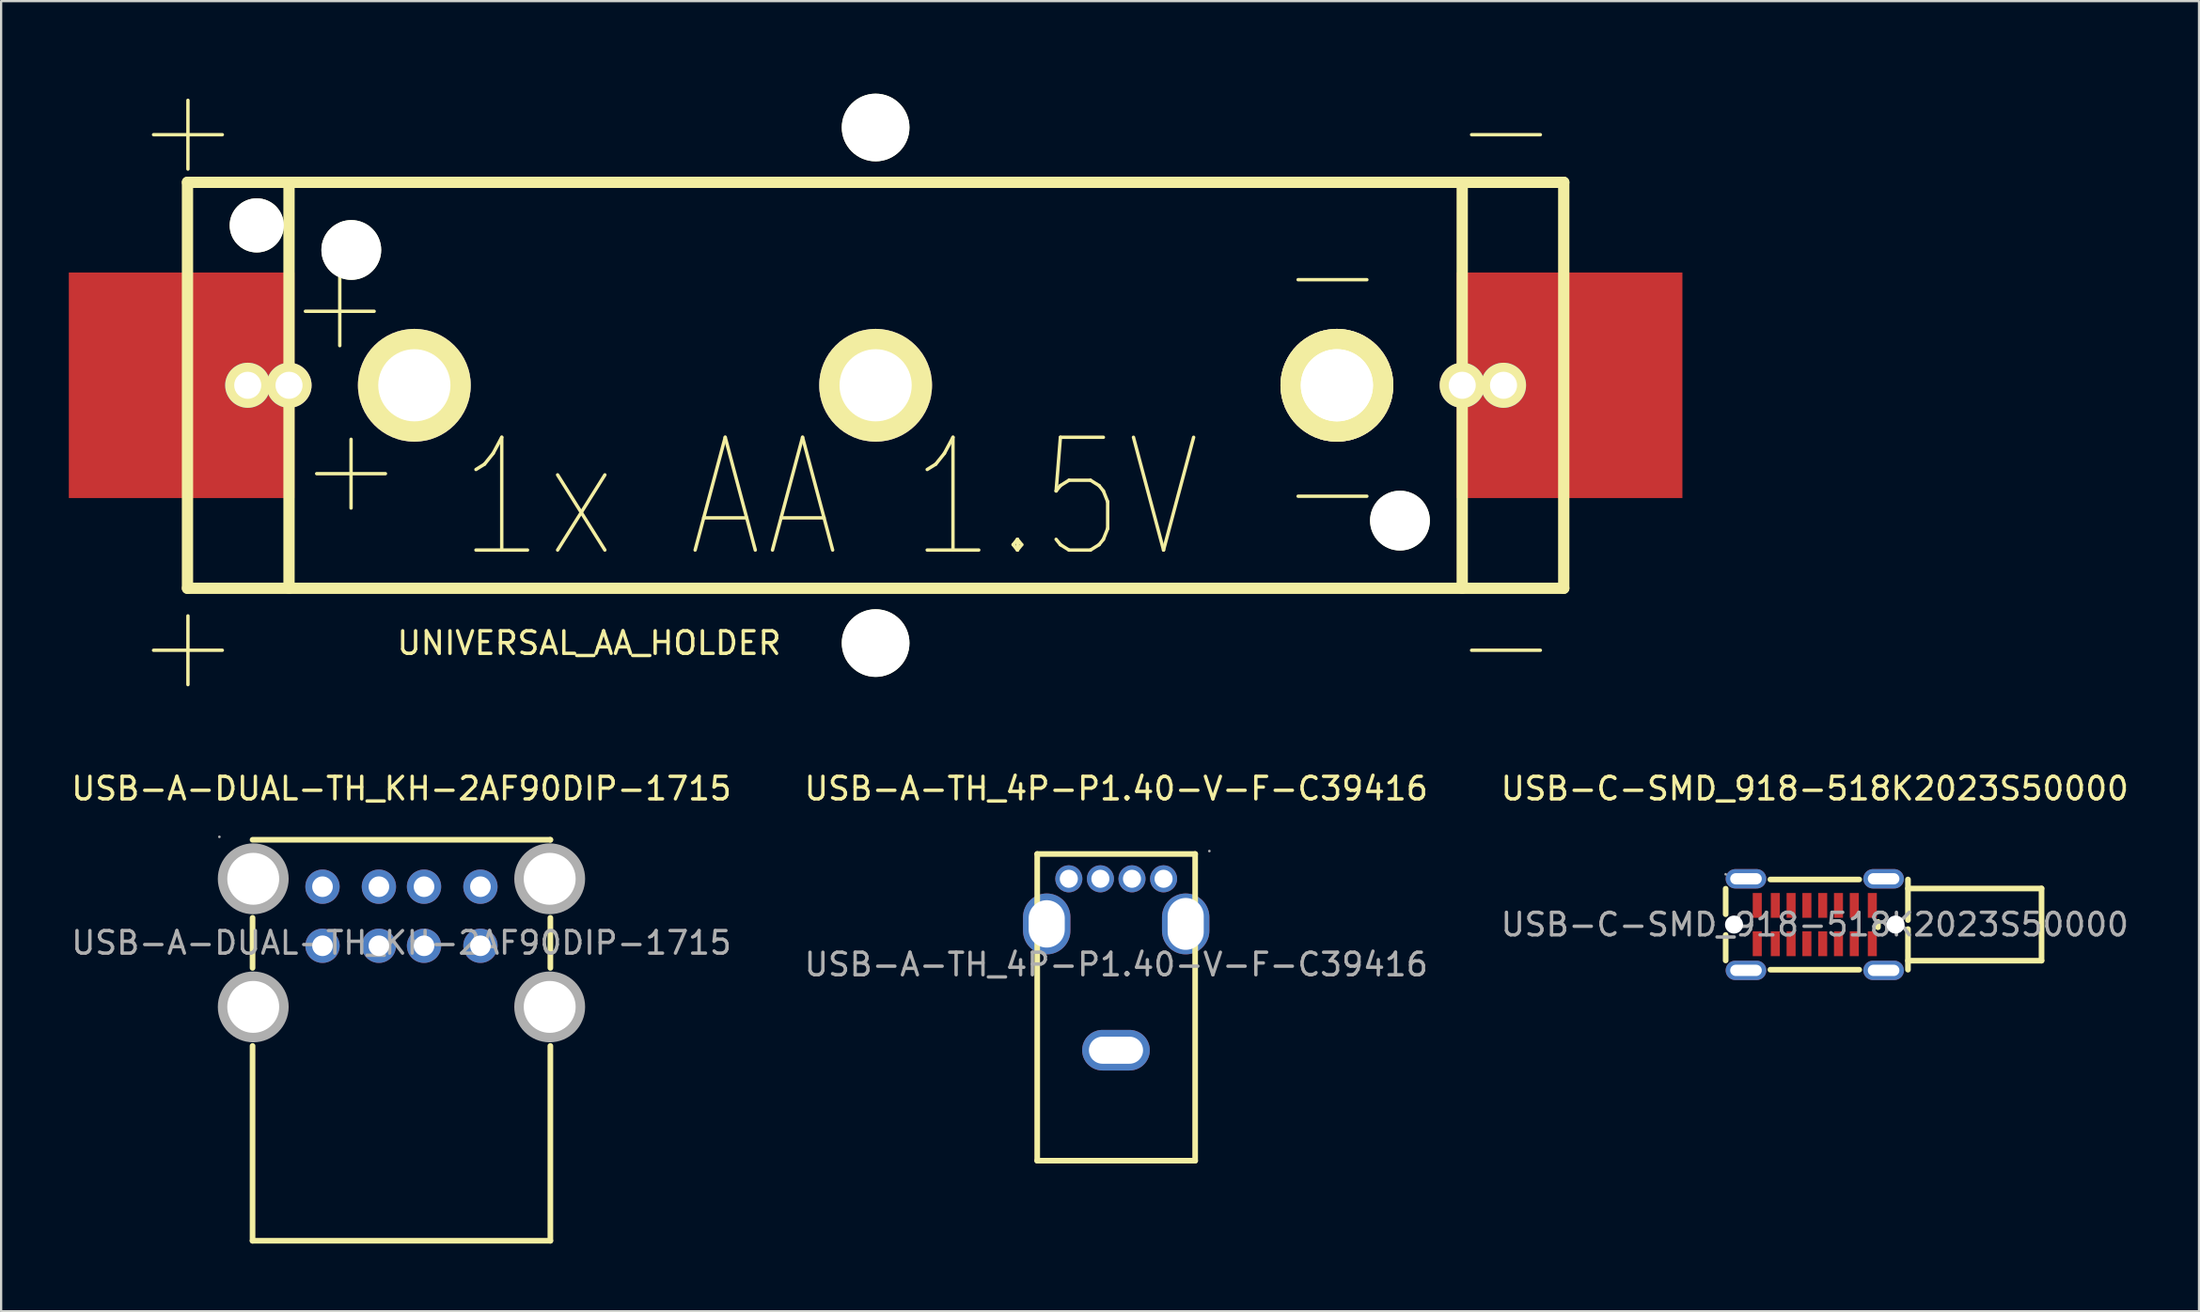
<source format=kicad_pcb>
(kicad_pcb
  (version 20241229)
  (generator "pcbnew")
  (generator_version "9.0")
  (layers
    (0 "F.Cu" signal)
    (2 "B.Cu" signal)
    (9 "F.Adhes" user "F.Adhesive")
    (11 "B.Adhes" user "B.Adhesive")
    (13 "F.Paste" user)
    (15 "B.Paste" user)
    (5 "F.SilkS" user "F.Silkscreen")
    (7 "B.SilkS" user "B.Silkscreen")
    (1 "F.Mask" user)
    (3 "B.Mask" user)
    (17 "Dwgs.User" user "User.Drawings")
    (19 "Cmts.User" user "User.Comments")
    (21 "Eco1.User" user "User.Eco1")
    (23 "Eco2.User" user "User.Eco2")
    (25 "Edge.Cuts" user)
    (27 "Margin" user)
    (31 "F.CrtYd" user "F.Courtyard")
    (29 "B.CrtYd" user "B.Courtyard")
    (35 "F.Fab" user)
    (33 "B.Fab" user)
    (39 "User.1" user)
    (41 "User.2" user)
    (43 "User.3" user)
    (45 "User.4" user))
  (footprint "USB-A-TH_4P-P1.40-V-F-C39416"
    (layer "F.Cu")
    (at 46.423 39.715)
    (property "Reference" "USB-A-TH_4P-P1.40-V-F-C39416" (at 0 -7.8 0) (layer "F.SilkS") (effects (font (size 1 1) (thickness 0.15))))
    (attr through_hole)
    (fp_line (start -3.5 -4.9) (end -3.5 8.7) (stroke (width 0.25) (type solid)) (layer "F.SilkS"))
    (fp_line (start -3.5 -4.9) (end 3.5 -4.9) (stroke (width 0.25) (type solid)) (layer "F.SilkS"))
    (fp_line (start -3.5 8.7) (end 3.5 8.7) (stroke (width 0.25) (type solid)) (layer "F.SilkS"))
    (fp_line (start 3.5 -4.9) (end 3.5 8.7) (stroke (width 0.25) (type solid)) (layer "F.SilkS"))
    (fp_circle (center -2.1 -3.8) (end -1.95 -3.8) (stroke (width 0.3) (type solid)) (fill no) (layer "F.Fab"))
    (fp_circle (center -0.7 -3.8) (end -0.55 -3.8) (stroke (width 0.3) (type solid)) (fill no) (layer "F.Fab"))
    (fp_circle (center 0.7 -3.8) (end 0.85 -3.8) (stroke (width 0.3) (type solid)) (fill no) (layer "F.Fab"))
    (fp_circle (center 2.1 -3.8) (end 2.25 -3.8) (stroke (width 0.3) (type solid)) (fill no) (layer "F.Fab"))
    (fp_circle (center 4.13 -5.03) (end 4.16 -5.03) (stroke (width 0.06) (type solid)) (fill no) (layer "F.Fab"))
    (fp_text user "${REFERENCE}" (at 0 0 0) (layer "F.Fab") (effects (font (size 1 1) (thickness 0.15))))
    (pad "1" thru_hole circle (at 2.1 -3.8 180) (size 1.2 1.2) (drill 0.8) (layers "*.Cu" "*.Paste" "*.Mask"))
    (pad "2" thru_hole circle (at 0.7 -3.8 180) (size 1.2 1.2) (drill 0.8) (layers "*.Cu" "*.Paste" "*.Mask"))
    (pad "3" thru_hole circle (at -0.7 -3.8 180) (size 1.2 1.2) (drill 0.8) (layers "*.Cu" "*.Paste" "*.Mask"))
    (pad "4" thru_hole circle (at -2.1 -3.8 180) (size 1.2 1.2) (drill 0.8) (layers "*.Cu" "*.Paste" "*.Mask"))
    (pad "5" thru_hole oval (at -3.08 -1.8) (size 2.1 2.7) (drill oval 1.6 2.1) (layers "*.Cu" "*.Paste" "*.Mask"))
    (pad "6" thru_hole oval (at 3.08 -1.8 90) (size 2.7 2.1) (drill oval 2.3 1.6) (layers "*.Cu" "*.Paste" "*.Mask"))
    (pad "7" thru_hole oval (at -0.01 3.8 180) (size 3 1.8) (drill oval 2.4 1.2) (layers "*.Cu" "*.Paste" "*.Mask")))
  (footprint "USB-A-DUAL-TH_KH-2AF90DIP-1715"
    (layer "F.Cu")
    (at 14.744 38.755)
    (property "Reference" "USB-A-DUAL-TH_KH-2AF90DIP-1715" (at 0 -6.84 0) (layer "F.SilkS") (effects (font (size 1 1) (thickness 0.15))))
    (attr through_hole)
    (fp_line (start -6.6 -4.57) (end 6.6 -4.57) (stroke (width 0.25) (type solid)) (layer "F.SilkS"))
    (fp_line (start -6.6 1.11) (end -6.6 -1.11) (stroke (width 0.25) (type solid)) (layer "F.SilkS"))
    (fp_line (start -6.6 13.21) (end -6.6 4.57) (stroke (width 0.25) (type solid)) (layer "F.SilkS"))
    (fp_line (start 6.6 -4.57) (end 6.6 -4.57) (stroke (width 0.25) (type solid)) (layer "F.SilkS"))
    (fp_line (start 6.6 -1.11) (end 6.6 1.11) (stroke (width 0.25) (type solid)) (layer "F.SilkS"))
    (fp_line (start 6.6 4.57) (end 6.6 13.21) (stroke (width 0.25) (type solid)) (layer "F.SilkS"))
    (fp_line (start 6.6 13.21) (end -6.6 13.21) (stroke (width 0.25) (type solid)) (layer "F.SilkS"))
    (fp_circle (center -8.07 -4.7) (end -8.04 -4.7) (stroke (width 0.06) (type solid)) (fill no) (layer "F.Fab"))
    (fp_circle (center -6.57 -2.84) (end -6.05 -2.84) (stroke (width 1.05) (type solid)) (fill no) (layer "F.Fab"))
    (fp_circle (center -6.57 2.84) (end -6.05 2.84) (stroke (width 1.05) (type solid)) (fill no) (layer "F.Fab"))
    (fp_circle (center -3.5 -2.49) (end -3.32 -2.49) (stroke (width 0.36) (type solid)) (fill no) (layer "F.Fab"))
    (fp_circle (center -3.5 0.13) (end -3.32 0.13) (stroke (width 0.36) (type solid)) (fill no) (layer "F.Fab"))
    (fp_circle (center -1 -2.49) (end -0.82 -2.49) (stroke (width 0.36) (type solid)) (fill no) (layer "F.Fab"))
    (fp_circle (center -1 0.13) (end -0.82 0.13) (stroke (width 0.36) (type solid)) (fill no) (layer "F.Fab"))
    (fp_circle (center 1 -2.49) (end 1.18 -2.49) (stroke (width 0.36) (type solid)) (fill no) (layer "F.Fab"))
    (fp_circle (center 1 0.13) (end 1.18 0.13) (stroke (width 0.36) (type solid)) (fill no) (layer "F.Fab"))
    (fp_circle (center 3.5 -2.49) (end 3.68 -2.49) (stroke (width 0.36) (type solid)) (fill no) (layer "F.Fab"))
    (fp_circle (center 3.5 0.13) (end 3.68 0.13) (stroke (width 0.36) (type solid)) (fill no) (layer "F.Fab"))
    (fp_circle (center 6.57 -2.84) (end 7.09 -2.84) (stroke (width 1.05) (type solid)) (fill no) (layer "F.Fab"))
    (fp_circle (center 6.57 2.84) (end 7.09 2.84) (stroke (width 1.05) (type solid)) (fill no) (layer "F.Fab"))
    (fp_text user "${REFERENCE}" (at 0 0 0) (layer "F.Fab") (effects (font (size 1 1) (thickness 0.15))))
    (pad "1" thru_hole circle (at -3.5 -2.49) (size 1.52 1.52) (drill 0.914) (layers "*.Cu" "*.Paste" "*.Mask"))
    (pad "2" thru_hole circle (at -1 -2.49) (size 1.52 1.52) (drill 0.914) (layers "*.Cu" "*.Paste" "*.Mask"))
    (pad "3" thru_hole circle (at 1 -2.49) (size 1.52 1.52) (drill 0.914) (layers "*.Cu" "*.Paste" "*.Mask"))
    (pad "4" thru_hole circle (at 3.5 -2.49) (size 1.52 1.52) (drill 0.914) (layers "*.Cu" "*.Paste" "*.Mask"))
    (pad "5" thru_hole circle (at -3.5 0.13) (size 1.52 1.52) (drill 0.914) (layers "*.Cu" "*.Paste" "*.Mask"))
    (pad "6" thru_hole circle (at -1 0.13) (size 1.52 1.52) (drill 0.914) (layers "*.Cu" "*.Paste" "*.Mask"))
    (pad "7" thru_hole circle (at 1 0.13) (size 1.52 1.52) (drill 0.914) (layers "*.Cu" "*.Paste" "*.Mask"))
    (pad "8" thru_hole circle (at 3.5 0.13) (size 1.52 1.52) (drill 0.914) (layers "*.Cu" "*.Paste" "*.Mask"))
    (pad "9" thru_hole circle (at -6.57 -2.84) (size 3 3) (drill 2.3) (layers "*.Cu" "*.Paste" "*.Mask"))
    (pad "9" thru_hole circle (at -6.57 2.84) (size 3 3) (drill 2.3) (layers "*.Cu" "*.Paste" "*.Mask"))
    (pad "9" thru_hole circle (at 6.57 -2.84) (size 3 3) (drill 2.3) (layers "*.Cu" "*.Paste" "*.Mask"))
    (pad "9" thru_hole circle (at 6.57 2.84) (size 3 3) (drill 2.3) (layers "*.Cu" "*.Paste" "*.Mask")))
  (footprint "UNIVERSAL_AA_HOLDER"
    (layer "F.Cu")
    (at 35.76 14.033)
    (property "Reference" "UNIVERSAL_AA_HOLDER" (at -12.7 11.43 0) (layer "F.SilkS") (effects (font (size 1 1) (thickness 0.15))))
    (attr through_hole)
    (fp_line (start -30.5 -9) (end 30.5 -9) (stroke (width 0.5) (type solid)) (layer "F.SilkS"))
    (fp_line (start -30.5 9) (end -30.5 -9) (stroke (width 0.5) (type solid)) (layer "F.SilkS"))
    (fp_line (start -26 9) (end -26 -9) (stroke (width 0.5) (type solid)) (layer "F.SilkS"))
    (fp_line (start 26 9) (end 26 -9) (stroke (width 0.5) (type solid)) (layer "F.SilkS"))
    (fp_line (start 30.5 -9) (end 30.5 9) (stroke (width 0.5) (type solid)) (layer "F.SilkS"))
    (fp_line (start 30.5 9) (end -30.5 9) (stroke (width 0.5) (type solid)) (layer "F.SilkS"))
    (fp_text user "-" (at 27.94 11.43 0) (layer "F.SilkS") (effects (font (size 4 4) (thickness 0.15))))
    (fp_text user "-" (at 27.94 -11.43 0) (layer "F.SilkS") (effects (font (size 4 4) (thickness 0.15))))
    (fp_text user "+" (at -30.48 11.43 0) (layer "F.SilkS") (effects (font (size 4 4) (thickness 0.15))))
    (fp_text user "1x AA 1.5V" (at -2 5 0) (layer "F.SilkS") (effects (font (size 5 4) (thickness 0.15))))
    (fp_text user "-" (at 20.25 -5 0) (layer "F.SilkS") (effects (font (size 4 4) (thickness 0.15))))
    (fp_text user "+" (at -30.48 -11.43 0) (layer "F.SilkS") (effects (font (size 4 4) (thickness 0.15))))
    (fp_text user "+" (at -23.75 -3.6 0) (layer "F.SilkS") (effects (font (size 4 4) (thickness 0.15))))
    (fp_text user "-" (at 20.25 4.6 0) (layer "F.SilkS") (effects (font (size 4 4) (thickness 0.15))))
    (fp_text user "+" (at -23.25 3.6 0) (layer "F.SilkS") (effects (font (size 4 4) (thickness 0.15))))
    (pad "" np_thru_hole circle (at -27.43 -7.09) (size 2.4 2.4) (drill 2.4) (layers "*.Cu" "*.Mask" "F.SilkS"))
    (pad "" np_thru_hole circle (at -23.24 -6) (size 2.65 2.65) (drill 2.65) (layers "*.Cu" "*.Mask" "F.SilkS"))
    (pad "" thru_hole circle (at -20.445 0) (size 5 5) (drill 3.2) (layers "*.Cu" "*.Mask" "F.SilkS"))
    (pad "" np_thru_hole circle (at 0 -11.43) (size 3 3) (drill 3) (layers "*.Cu" "*.Mask" "F.SilkS"))
    (pad "" thru_hole circle (at 0 0) (size 5 5) (drill 3.2) (layers "*.Cu" "*.Mask" "F.SilkS"))
    (pad "" np_thru_hole circle (at 0 11.43) (size 3 3) (drill 3) (layers "*.Cu" "*.Mask" "F.SilkS"))
    (pad "" thru_hole circle (at 20.445 0) (size 5 5) (drill 3.2) (layers "*.Cu" "*.Mask" "F.SilkS"))
    (pad "" thru_hole circle (at 20.445 0) (size 5 5) (drill 3.2) (layers "*.Cu" "*.Mask" "F.SilkS"))
    (pad "" np_thru_hole circle (at 23.24 6) (size 2.65 2.65) (drill 2.65) (layers "*.Cu" "*.Mask" "F.SilkS"))
    (pad "1" smd rect (at -30.76 0) (size 10 10) (layers "F.Cu" "F.Mask" "F.Paste"))
    (pad "1" thru_hole circle (at -27.83 0) (size 2 2) (drill 1.2) (layers "*.Cu" "*.Mask" "F.SilkS"))
    (pad "1" thru_hole circle (at -26 0) (size 2 2) (drill 1.2) (layers "*.Cu" "*.Mask" "F.SilkS"))
    (pad "2" thru_hole circle (at 26 0) (size 2 2) (drill 1.2) (layers "*.Cu" "*.Mask" "F.SilkS"))
    (pad "2" thru_hole circle (at 27.83 0) (size 2 2) (drill 1.2) (layers "*.Cu" "*.Mask" "F.SilkS"))
    (pad "2" smd rect (at 30.76 0) (size 10 10) (layers "F.Cu" "F.Mask" "F.Paste")))
  (footprint "USB-C-SMD_918-518K2023S50000"
    (layer "F.Cu")
    (at 77.387 37.945)
    (property "Reference" "USB-C-SMD_918-518K2023S50000" (at 0 -6.03 0) (layer "F.SilkS") (effects (font (size 1 1) (thickness 0.15))))
    (attr smd)
    (fp_line (start -3.95 -1.59) (end -3.95 -0.46) (stroke (width 0.25) (type solid)) (layer "F.SilkS"))
    (fp_line (start -3.95 0.46) (end -3.95 1.59) (stroke (width 0.25) (type solid)) (layer "F.SilkS"))
    (fp_line (start 1.97 -2) (end -1.97 -2) (stroke (width 0.25) (type solid)) (layer "F.SilkS"))
    (fp_line (start 1.97 2) (end -1.97 2) (stroke (width 0.25) (type solid)) (layer "F.SilkS"))
    (fp_line (start 2.8 -0.12) (end 2.8 0.12) (stroke (width 0.25) (type solid)) (layer "F.SilkS"))
    (fp_line (start 4.13 -2) (end 4.13 -0.2) (stroke (width 0.25) (type solid)) (layer "F.SilkS"))
    (fp_line (start 4.13 0.2) (end 4.13 2) (stroke (width 0.25) (type solid)) (layer "F.SilkS"))
    (fp_line (start 10.05 -1.6) (end 4.13 -1.6) (stroke (width 0.25) (type solid)) (layer "F.SilkS"))
    (fp_line (start 10.05 -1.6) (end 10.05 1.6) (stroke (width 0.25) (type solid)) (layer "F.SilkS"))
    (fp_line (start 10.05 1.6) (end 4.13 1.6) (stroke (width 0.25) (type solid)) (layer "F.SilkS"))
    (fp_circle (center -3.58 0) (end -3.43 0) (stroke (width 0.3) (type solid)) (fill no) (layer "Cmts.User"))
    (fp_circle (center 3.58 0) (end 3.73 0) (stroke (width 0.3) (type solid)) (fill no) (layer "Cmts.User"))
    (fp_circle (center -3.95 -2.23) (end -3.92 -2.23) (stroke (width 0.06) (type solid)) (fill no) (layer "F.Fab"))
    (fp_text user "${REFERENCE}" (at 0 0 0) (layer "F.Fab") (effects (font (size 1 1) (thickness 0.15))))
    (pad "" np_thru_hole circle (at -3.58 0) (size 0.8 0.8) (drill 0.8) (layers "*.Cu" "*.Mask"))
    (pad "" np_thru_hole circle (at 3.58 0) (size 0.8 0.8) (drill 0.8) (layers "*.Cu" "*.Mask"))
    (pad "A1" smd rect (at -2.55 -0.85 180) (size 0.4 1.1) (layers "F.Cu" "F.Mask" "F.Paste"))
    (pad "A4" smd rect (at -1.75 -0.85 180) (size 0.4 1.1) (layers "F.Cu" "F.Mask" "F.Paste"))
    (pad "A5" smd rect (at -1.05 -0.85 180) (size 0.4 1.1) (layers "F.Cu" "F.Mask" "F.Paste"))
    (pad "A6" smd rect (at -0.35 -0.85 180) (size 0.4 1.1) (layers "F.Cu" "F.Mask" "F.Paste"))
    (pad "A7" smd rect (at 0.35 -0.85 180) (size 0.4 1.1) (layers "F.Cu" "F.Mask" "F.Paste"))
    (pad "A8" smd rect (at 1.05 -0.85 180) (size 0.4 1.1) (layers "F.Cu" "F.Mask" "F.Paste"))
    (pad "A9" smd rect (at 1.75 -0.85 180) (size 0.4 1.1) (layers "F.Cu" "F.Mask" "F.Paste"))
    (pad "A12" smd rect (at 2.55 -0.85 180) (size 0.4 1.1) (layers "F.Cu" "F.Mask" "F.Paste"))
    (pad "B1" smd rect (at 2.55 0.85) (size 0.4 1.1) (layers "F.Cu" "F.Mask" "F.Paste"))
    (pad "B4" smd rect (at 1.75 0.85) (size 0.4 1.1) (layers "F.Cu" "F.Mask" "F.Paste"))
    (pad "B5" smd rect (at 1.05 0.85) (size 0.4 1.1) (layers "F.Cu" "F.Mask" "F.Paste"))
    (pad "B6" smd rect (at 0.35 0.85) (size 0.4 1.1) (layers "F.Cu" "F.Mask" "F.Paste"))
    (pad "B7" smd rect (at -0.35 0.85) (size 0.4 1.1) (layers "F.Cu" "F.Mask" "F.Paste"))
    (pad "B8" smd rect (at -1.05 0.85) (size 0.4 1.1) (layers "F.Cu" "F.Mask" "F.Paste"))
    (pad "B9" smd rect (at -1.75 0.85) (size 0.4 1.1) (layers "F.Cu" "F.Mask" "F.Paste"))
    (pad "B12" smd rect (at -2.55 0.85) (size 0.4 1.1) (layers "F.Cu" "F.Mask" "F.Paste"))
    (pad "S1" thru_hole oval (at -3.05 -2.03 90) (size 0.86 1.8) (drill oval 0.5 1.4) (layers "*.Cu" "*.Paste" "*.Mask"))
    (pad "S1" thru_hole oval (at -3.05 2.03 90) (size 0.86 1.8) (drill oval 0.5 1.4) (layers "*.Cu" "*.Paste" "*.Mask"))
    (pad "S1" thru_hole oval (at 3.05 -2.03 90) (size 0.86 1.8) (drill oval 0.5 1.4) (layers "*.Cu" "*.Paste" "*.Mask"))
    (pad "S1" thru_hole oval (at 3.05 2.03 90) (size 0.86 1.8) (drill oval 0.5 1.4) (layers "*.Cu" "*.Paste" "*.Mask")))
  (gr_rect
    (start -3 -3)
    (end 94.417 55.09)
    (stroke (width 0.1) (type default))
    (fill no)
    (layer "Edge.Cuts")))
</source>
